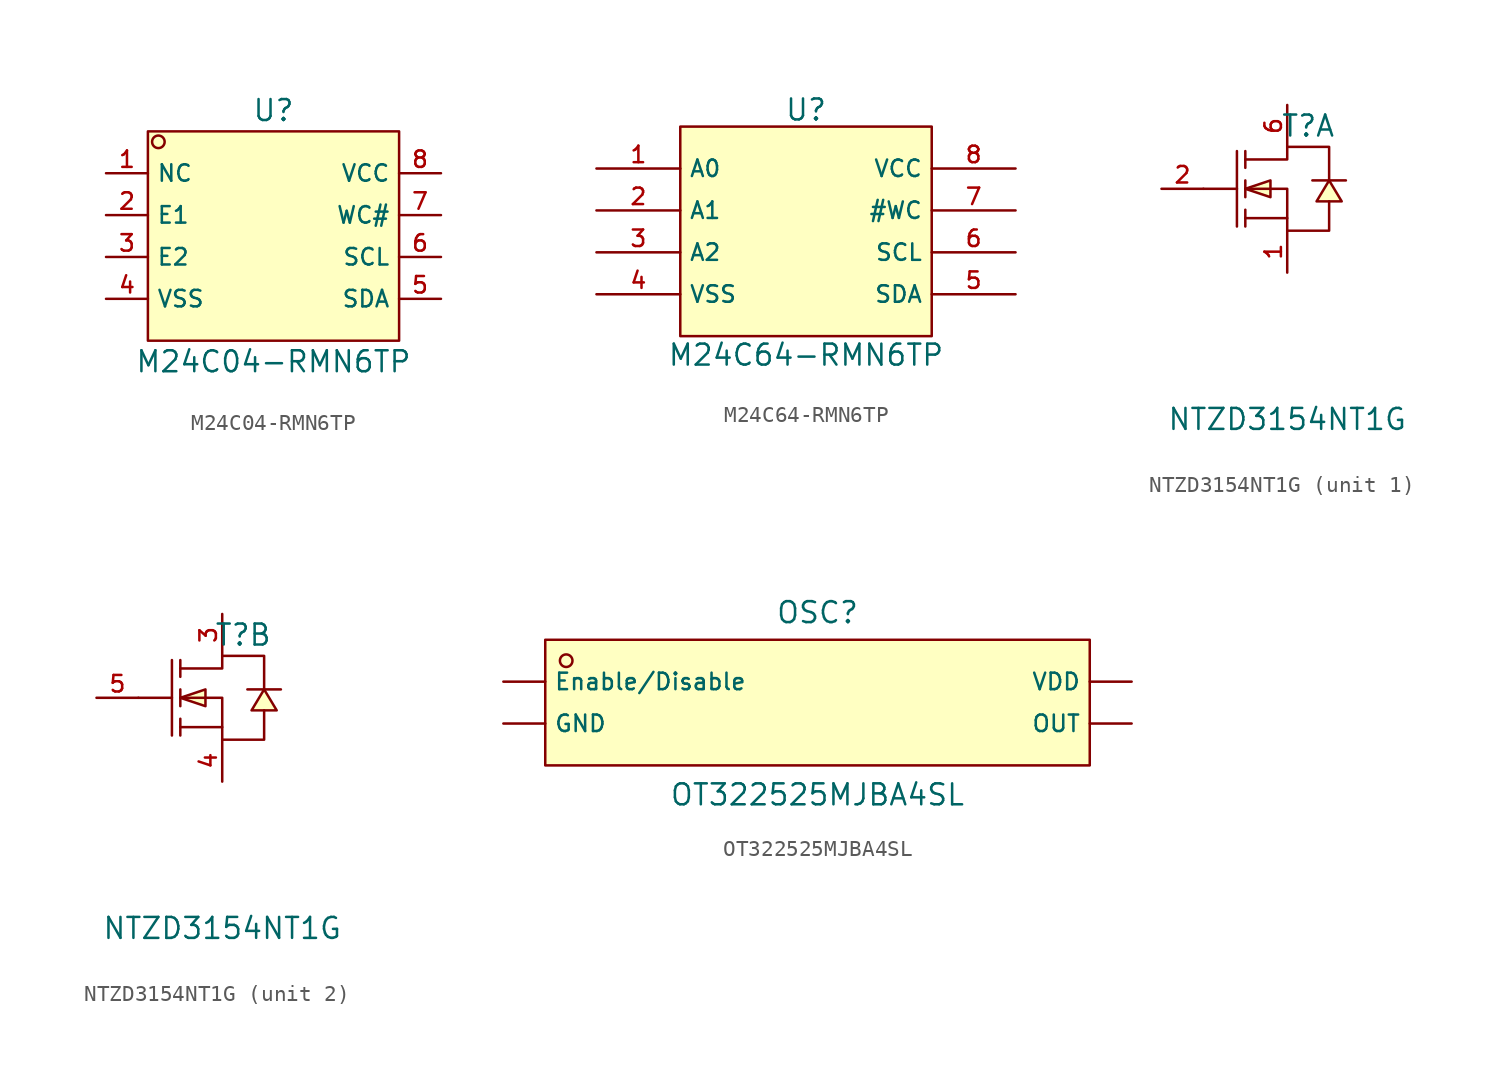
<source format=kicad_sym>
(kicad_symbol_lib
  (version 20241209)
  (generator "kicad_symbol_editor")
  (generator_version "9.0")
  (symbol "M24C04-RMN6TP"
    (property "Reference" "U"
      (at 0 7.62 0)
      (effects (font (size 1.27 1.27))))
    (property "Value" "M24C04-RMN6TP"
      (at 0 -7.62 0)
      (effects (font (size 1.27 1.27))))
    (symbol "M24C04-RMN6TP_0_1"
      (rectangle (start -7.62 6.35) (end 7.62 -6.35) (stroke (width 0) (type default)) (fill (type background)))
      (circle (center -6.985 5.715) (radius 0.381) (stroke (width 0) (type default)) (fill (type background)))
      (pin unspecified line (at -10.16 3.81 0) (length 2.54) (name "NC" (effects (font (size 1 1)))) (number "1" (effects (font (size 1 1)))))
      (pin unspecified line (at -10.16 1.27 0) (length 2.54) (name "E1" (effects (font (size 1 1)))) (number "2" (effects (font (size 1 1)))))
      (pin unspecified line (at -10.16 -1.27 0) (length 2.54) (name "E2" (effects (font (size 1 1)))) (number "3" (effects (font (size 1 1)))))
      (pin unspecified line (at -10.16 -3.81 0) (length 2.54) (name "VSS" (effects (font (size 1 1)))) (number "4" (effects (font (size 1 1)))))
      (pin unspecified line (at 10.16 3.81 180) (length 2.54) (name "VCC" (effects (font (size 1 1)))) (number "8" (effects (font (size 1 1)))))
      (pin unspecified line (at 10.16 1.27 180) (length 2.54) (name "WC#" (effects (font (size 1 1)))) (number "7" (effects (font (size 1 1)))))
      (pin unspecified line (at 10.16 -1.27 180) (length 2.54) (name "SCL" (effects (font (size 1 1)))) (number "6" (effects (font (size 1 1)))))
      (pin unspecified line (at 10.16 -3.81 180) (length 2.54) (name "SDA" (effects (font (size 1 1)))) (number "5" (effects (font (size 1 1)))))))
  (symbol "M24C64-RMN6TP"
    (property "Reference" "U"
      (at 0 7.366 0)
      (effects (font (size 1.27 1.27))))
    (property "Value" "M24C64-RMN6TP"
      (at 0 -7.493 0)
      (effects (font (size 1.27 1.27))))
    (symbol "M24C64-RMN6TP_0_1"
      (rectangle (start -7.62 6.35) (end 7.62 -6.35) (stroke (width 0) (type default)) (fill (type background)))
      (pin unspecified line (at -12.7 3.81 0) (length 5.08) (name "A0" (effects (font (size 1 1)))) (number "1" (effects (font (size 1 1)))))
      (pin unspecified line (at -12.7 1.27 0) (length 5.08) (name "A1" (effects (font (size 1 1)))) (number "2" (effects (font (size 1 1)))))
      (pin unspecified line (at -12.7 -1.27 0) (length 5.08) (name "A2" (effects (font (size 1 1)))) (number "3" (effects (font (size 1 1)))))
      (pin power_in line (at -12.7 -3.81 0) (length 5.08) (name "VSS" (effects (font (size 1 1)))) (number "4" (effects (font (size 1 1)))))
      (pin power_in line (at 12.7 3.81 180) (length 5.08) (name "VCC" (effects (font (size 1 1)))) (number "8" (effects (font (size 1 1)))))
      (pin unspecified line (at 12.7 1.27 180) (length 5.08) (name "#WC" (effects (font (size 1 1)))) (number "7" (effects (font (size 1 1)))))
      (pin unspecified line (at 12.7 -1.27 180) (length 5.08) (name "SCL" (effects (font (size 1 1)))) (number "6" (effects (font (size 1 1)))))
      (pin bidirectional line (at 12.7 -3.81 180) (length 5.08) (name "SDA" (effects (font (size 1 1)))) (number "5" (effects (font (size 1 1)))))))
  (symbol "NTZD3154NT1G"
    (pin_names
      (hide yes))
    (property "Reference" "T"
      (at 1.27 3.81 0)
      (effects (font (size 1.27 1.27))))
    (property "Value" "NTZD3154NT1G"
      (at 0 -13.97 0)
      (effects (font (size 1.27 1.27))))
    (property "ki_locked" ""
      (at 0 0 0)
      (effects (font (size 1.27 1.27))))
    (symbol "NTZD3154NT1G_0_1"
      (polyline (pts (xy -5.08 0) (xy -3.048 0)) (stroke (width 0) (type default)) (fill (type none)))
      (polyline (pts (xy -3.048 2.286) (xy -3.048 -2.286)) (stroke (width 0) (type default)) (fill (type none)))
      (polyline (pts (xy -2.54 2.286) (xy -2.54 1.27)) (stroke (width 0) (type default)) (fill (type none)))
      (polyline (pts (xy -2.54 1.778) (xy 0 1.778) (xy 0 2.54) (xy 2.54 2.54) (xy 2.54 0.508)) (stroke (width 0) (type default)) (fill (type none)))
      (polyline (pts (xy -2.54 0) (xy -1.016 -0.508) (xy -1.016 0.508) (xy -2.54 0)) (stroke (width 0) (type default)) (fill (type background)))
      (polyline (pts (xy -2.54 0) (xy 0 0) (xy 0 -2.54) (xy 2.54 -2.54) (xy 2.54 -0.762)) (stroke (width 0) (type default)) (fill (type none)))
      (polyline (pts (xy -2.54 -0.508) (xy -2.54 0.508)) (stroke (width 0) (type default)) (fill (type none)))
      (polyline (pts (xy -2.54 -2.286) (xy -2.54 -1.27)) (stroke (width 0) (type default)) (fill (type none)))
      (polyline (pts (xy 0 -1.778) (xy -2.54 -1.778)) (stroke (width 0) (type default)) (fill (type none)))
      (polyline (pts (xy 2.54 0.508) (xy 1.778 -0.762) (xy 3.302 -0.762) (xy 2.54 0.508)) (stroke (width 0) (type default)) (fill (type background)))
      (polyline (pts (xy 3.556 0.508) (xy 3.048 0.508) (xy 2.032 0.508) (xy 1.524 0.508)) (stroke (width 0) (type default)) (fill (type none))))
    (symbol "NTZD3154NT1G_1_1"
      (pin unspecified line (at -7.62 0 0) (length 2.54) (name "G1" (effects (font (size 1 1)))) (number "2" (effects (font (size 1 1)))))
      (pin unspecified line (at 0 5.08 270) (length 2.54) (name "D1" (effects (font (size 1 1)))) (number "6" (effects (font (size 1 1)))))
      (pin unspecified line (at 0 -5.08 90) (length 2.54) (name "S1" (effects (font (size 1 1)))) (number "1" (effects (font (size 1 1))))))
    (symbol "NTZD3154NT1G_2_1"
      (pin unspecified line (at -7.62 0 0) (length 2.54) (name "G2" (effects (font (size 1 1)))) (number "5" (effects (font (size 1 1)))))
      (pin unspecified line (at 0 5.08 270) (length 2.54) (name "D2" (effects (font (size 1 1)))) (number "3" (effects (font (size 1 1)))))
      (pin unspecified line (at 0 -5.08 90) (length 2.54) (name "S2" (effects (font (size 1 1)))) (number "4" (effects (font (size 1 1)))))))
  (symbol "OT322525MJBA4SL"
    (pin_numbers
      (hide yes))
    (property "Reference" "OSC"
      (at 0 5.461 0)
      (effects (font (size 1.27 1.27))))
    (property "Value" "OT322525MJBA4SL"
      (at 0 -5.588 0)
      (effects (font (size 1.27 1.27))))
    (symbol "OT322525MJBA4SL_0_1"
      (rectangle (start -16.51 3.81) (end 16.51 -3.81) (stroke (width 0) (type default)) (fill (type background)))
      (circle (center -15.24 2.54) (radius 0.381) (stroke (width 0) (type default)) (fill (type background)))
      (pin unspecified line (at -19.05 1.27 0) (length 2.54) (name "Enable/Disable" (effects (font (size 1 1)))) (number "1" (effects (font (size 1 1)))))
      (pin unspecified line (at -19.05 -1.27 0) (length 2.54) (name "GND" (effects (font (size 1 1)))) (number "2" (effects (font (size 1 1)))))
      (pin unspecified line (at 19.05 1.27 180) (length 2.54) (name "VDD" (effects (font (size 1 1)))) (number "4" (effects (font (size 1 1)))))
      (pin unspecified line (at 19.05 -1.27 180) (length 2.54) (name "OUT" (effects (font (size 1 1)))) (number "3" (effects (font (size 1 1))))))))
</source>
